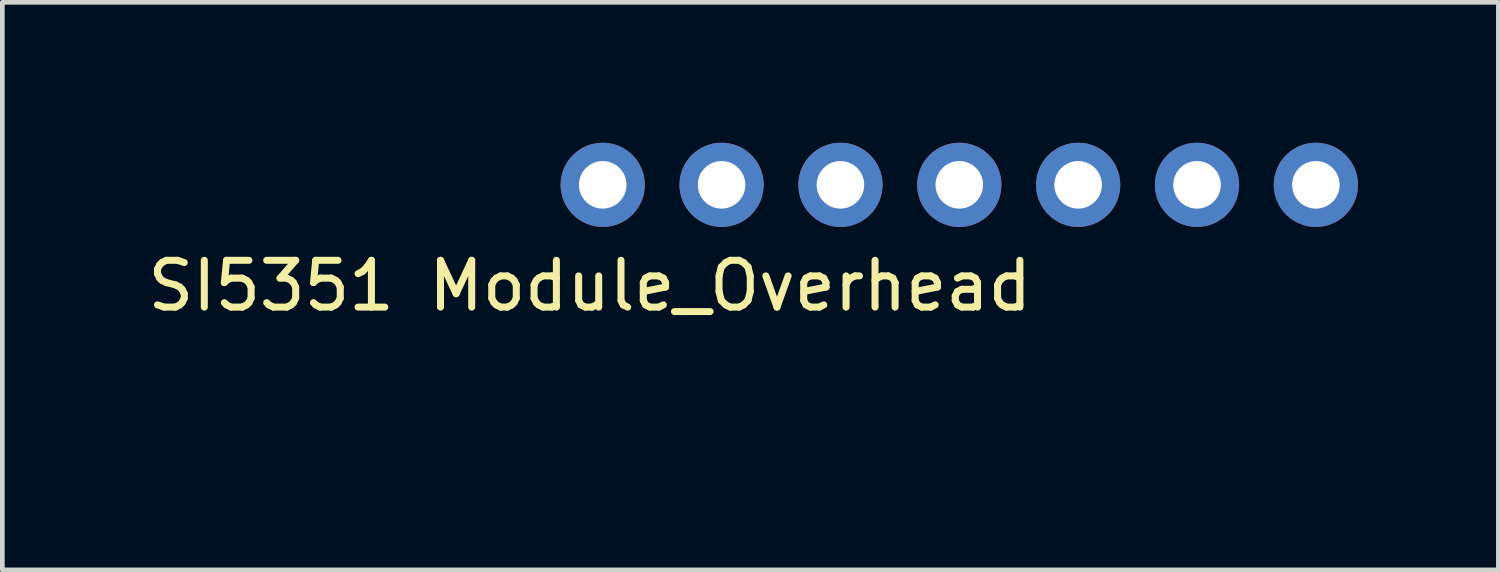
<source format=kicad_pcb>
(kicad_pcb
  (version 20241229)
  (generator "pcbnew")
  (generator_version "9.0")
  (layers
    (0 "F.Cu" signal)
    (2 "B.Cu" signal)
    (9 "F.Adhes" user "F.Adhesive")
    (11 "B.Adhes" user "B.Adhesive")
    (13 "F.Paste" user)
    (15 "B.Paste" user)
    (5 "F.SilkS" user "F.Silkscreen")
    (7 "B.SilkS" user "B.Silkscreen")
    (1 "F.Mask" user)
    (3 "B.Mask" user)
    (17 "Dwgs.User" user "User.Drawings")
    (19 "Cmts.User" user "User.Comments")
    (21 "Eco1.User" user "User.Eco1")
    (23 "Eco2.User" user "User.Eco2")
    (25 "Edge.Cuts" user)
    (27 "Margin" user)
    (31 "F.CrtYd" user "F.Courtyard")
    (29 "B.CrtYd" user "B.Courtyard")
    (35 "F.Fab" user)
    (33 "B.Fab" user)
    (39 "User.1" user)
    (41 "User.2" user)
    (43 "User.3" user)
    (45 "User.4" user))
  (footprint "SI5351 Module_Overhead"
    (layer "F.Cu")
    (at 1.804 5.878)
    (property "Reference" "SI5351 Module_Overhead" (at 7.75 -2.82 0) (layer "F.SilkS") (effects (font (size 1 1) (thickness 0.15))))
    (attr through_hole)
    (pad "1" thru_hole circle (at 8.026 -4.978) (size 1.8 1.8) (drill 1.016) (layers "*.Cu" "*.Mask"))
    (pad "2" thru_hole circle (at 10.566 -4.978) (size 1.8 1.8) (drill 1.016) (layers "*.Cu" "*.Mask"))
    (pad "3" thru_hole circle (at 13.106 -4.978) (size 1.8 1.8) (drill 1.016) (layers "*.Cu" "*.Mask"))
    (pad "4" thru_hole circle (at 15.646 -4.978) (size 1.8 1.8) (drill 1.016) (layers "*.Cu" "*.Mask"))
    (pad "5" thru_hole circle (at 18.186 -4.978) (size 1.8 1.8) (drill 1.016) (layers "*.Cu" "*.Mask"))
    (pad "6" thru_hole circle (at 20.726 -4.978) (size 1.8 1.8) (drill 1.016) (layers "*.Cu" "*.Mask"))
    (pad "7" thru_hole circle (at 23.266 -4.978) (size 1.8 1.8) (drill 1.016) (layers "*.Cu" "*.Mask")))
  (gr_rect
    (start -3 -3)
    (end 28.97 9.128)
    (stroke (width 0.1) (type default))
    (fill no)
    (layer "Edge.Cuts")))
</source>
